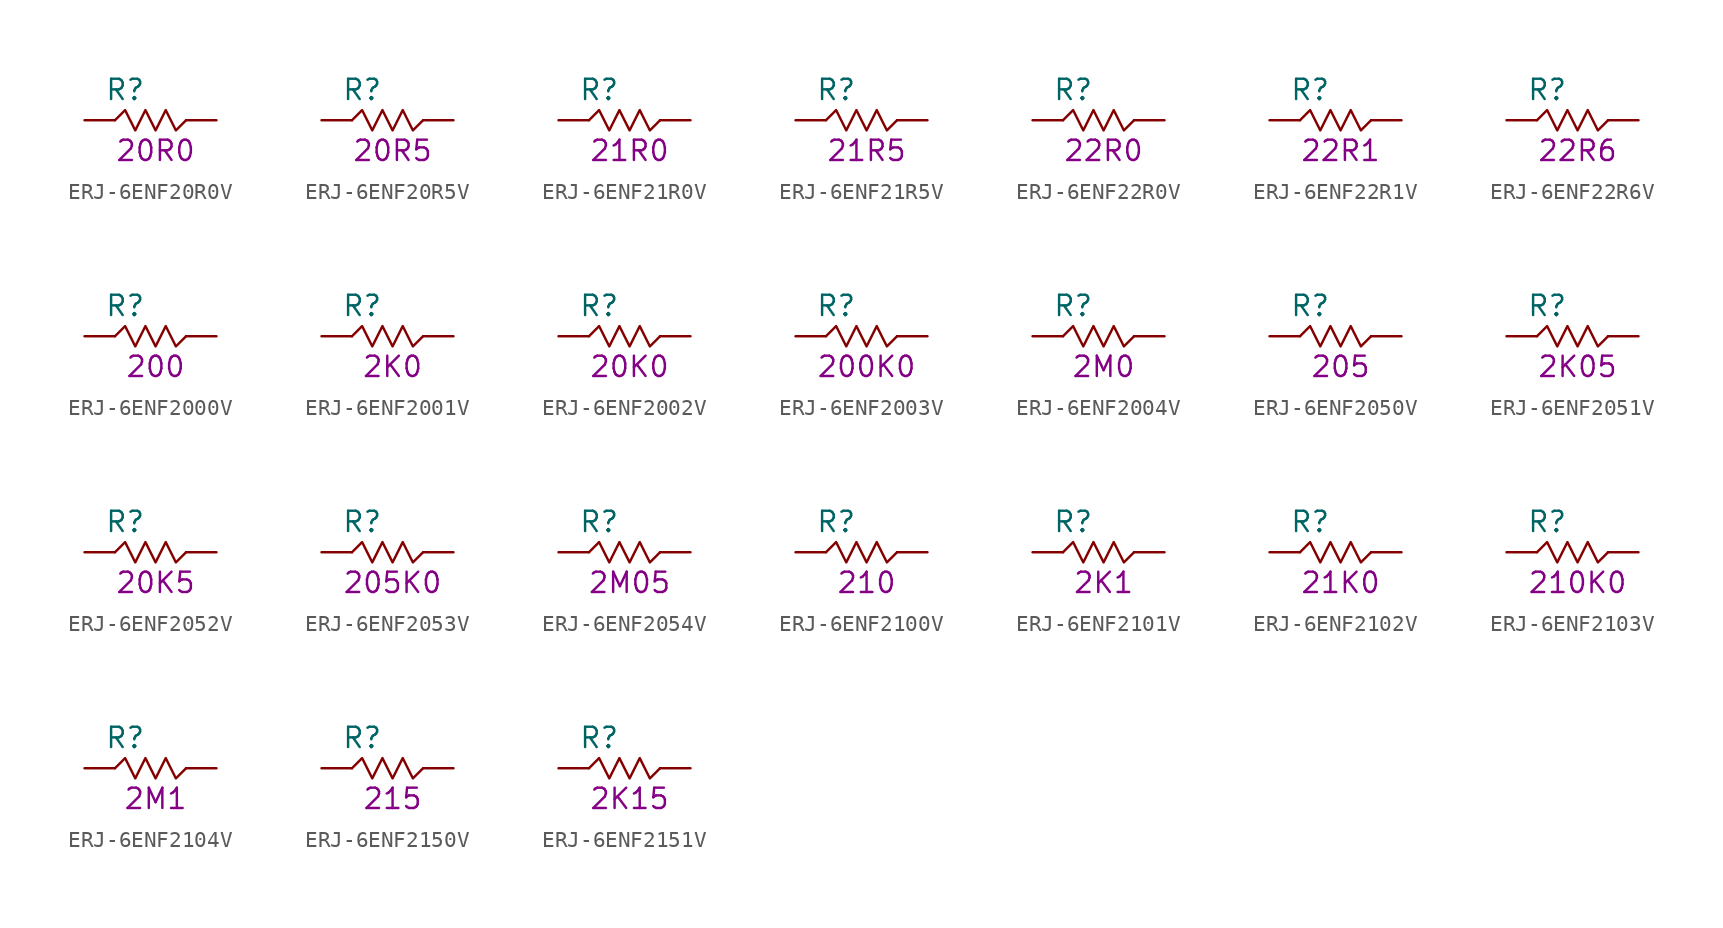
<source format=kicad_sym>
(kicad_symbol_lib
  (version 20211014)
  (generator KiCadLib_py)
  (symbol "ERJ-6ENF20R0V"
    (pin_numbers hide)
    (pin_names hide)
    (property "Reference" "R"
      (at -1.905 1.905 0)
      (effects (font (size 1.27 1.27))))
    (property "Val" "20R0"
      (at 0 -1.905 0)
      (effects (font (size 1.27 1.27))))
    (symbol "ERJ-6ENF20R0V_0_1"
      (polyline (pts (xy -2.54 0) (xy -1.905 0.635) (xy -1.27 -0.635) (xy -0.635 0.635) (xy 0 -0.635) (xy 0.635 0.635) (xy 1.27 -0.635) (xy 1.905 0)) (stroke (width 0) (type default) (color 0 0 0 0)) (fill (type none))))
    (symbol "ERJ-6ENF20R0V_1_1"
      (pin passive line (at -4.445 0 0) (length 1.905) (name "~" (effects (font (size 1.27 1.27)))) (number "1" (effects (font (size 1.27 1.27)))))
      (pin passive line (at 3.81 0 180) (length 1.905) (name "~" (effects (font (size 1.27 1.27)))) (number "2" (effects (font (size 1.27 1.27)))))))
  (symbol "ERJ-6ENF20R5V"
    (pin_numbers hide)
    (pin_names hide)
    (property "Reference" "R"
      (at -1.905 1.905 0)
      (effects (font (size 1.27 1.27))))
    (property "Val" "20R5"
      (at 0 -1.905 0)
      (effects (font (size 1.27 1.27))))
    (symbol "ERJ-6ENF20R5V_0_1"
      (polyline (pts (xy -2.54 0) (xy -1.905 0.635) (xy -1.27 -0.635) (xy -0.635 0.635) (xy 0 -0.635) (xy 0.635 0.635) (xy 1.27 -0.635) (xy 1.905 0)) (stroke (width 0) (type default) (color 0 0 0 0)) (fill (type none))))
    (symbol "ERJ-6ENF20R5V_1_1"
      (pin passive line (at -4.445 0 0) (length 1.905) (name "~" (effects (font (size 1.27 1.27)))) (number "1" (effects (font (size 1.27 1.27)))))
      (pin passive line (at 3.81 0 180) (length 1.905) (name "~" (effects (font (size 1.27 1.27)))) (number "2" (effects (font (size 1.27 1.27)))))))
  (symbol "ERJ-6ENF21R0V"
    (pin_numbers hide)
    (pin_names hide)
    (property "Reference" "R"
      (at -1.905 1.905 0)
      (effects (font (size 1.27 1.27))))
    (property "Val" "21R0"
      (at 0 -1.905 0)
      (effects (font (size 1.27 1.27))))
    (symbol "ERJ-6ENF21R0V_0_1"
      (polyline (pts (xy -2.54 0) (xy -1.905 0.635) (xy -1.27 -0.635) (xy -0.635 0.635) (xy 0 -0.635) (xy 0.635 0.635) (xy 1.27 -0.635) (xy 1.905 0)) (stroke (width 0) (type default) (color 0 0 0 0)) (fill (type none))))
    (symbol "ERJ-6ENF21R0V_1_1"
      (pin passive line (at -4.445 0 0) (length 1.905) (name "~" (effects (font (size 1.27 1.27)))) (number "1" (effects (font (size 1.27 1.27)))))
      (pin passive line (at 3.81 0 180) (length 1.905) (name "~" (effects (font (size 1.27 1.27)))) (number "2" (effects (font (size 1.27 1.27)))))))
  (symbol "ERJ-6ENF21R5V"
    (pin_numbers hide)
    (pin_names hide)
    (property "Reference" "R"
      (at -1.905 1.905 0)
      (effects (font (size 1.27 1.27))))
    (property "Val" "21R5"
      (at 0 -1.905 0)
      (effects (font (size 1.27 1.27))))
    (symbol "ERJ-6ENF21R5V_0_1"
      (polyline (pts (xy -2.54 0) (xy -1.905 0.635) (xy -1.27 -0.635) (xy -0.635 0.635) (xy 0 -0.635) (xy 0.635 0.635) (xy 1.27 -0.635) (xy 1.905 0)) (stroke (width 0) (type default) (color 0 0 0 0)) (fill (type none))))
    (symbol "ERJ-6ENF21R5V_1_1"
      (pin passive line (at -4.445 0 0) (length 1.905) (name "~" (effects (font (size 1.27 1.27)))) (number "1" (effects (font (size 1.27 1.27)))))
      (pin passive line (at 3.81 0 180) (length 1.905) (name "~" (effects (font (size 1.27 1.27)))) (number "2" (effects (font (size 1.27 1.27)))))))
  (symbol "ERJ-6ENF22R0V"
    (pin_numbers hide)
    (pin_names hide)
    (property "Reference" "R"
      (at -1.905 1.905 0)
      (effects (font (size 1.27 1.27))))
    (property "Val" "22R0"
      (at 0 -1.905 0)
      (effects (font (size 1.27 1.27))))
    (symbol "ERJ-6ENF22R0V_0_1"
      (polyline (pts (xy -2.54 0) (xy -1.905 0.635) (xy -1.27 -0.635) (xy -0.635 0.635) (xy 0 -0.635) (xy 0.635 0.635) (xy 1.27 -0.635) (xy 1.905 0)) (stroke (width 0) (type default) (color 0 0 0 0)) (fill (type none))))
    (symbol "ERJ-6ENF22R0V_1_1"
      (pin passive line (at -4.445 0 0) (length 1.905) (name "~" (effects (font (size 1.27 1.27)))) (number "1" (effects (font (size 1.27 1.27)))))
      (pin passive line (at 3.81 0 180) (length 1.905) (name "~" (effects (font (size 1.27 1.27)))) (number "2" (effects (font (size 1.27 1.27)))))))
  (symbol "ERJ-6ENF22R1V"
    (pin_numbers hide)
    (pin_names hide)
    (property "Reference" "R"
      (at -1.905 1.905 0)
      (effects (font (size 1.27 1.27))))
    (property "Val" "22R1"
      (at 0 -1.905 0)
      (effects (font (size 1.27 1.27))))
    (symbol "ERJ-6ENF22R1V_0_1"
      (polyline (pts (xy -2.54 0) (xy -1.905 0.635) (xy -1.27 -0.635) (xy -0.635 0.635) (xy 0 -0.635) (xy 0.635 0.635) (xy 1.27 -0.635) (xy 1.905 0)) (stroke (width 0) (type default) (color 0 0 0 0)) (fill (type none))))
    (symbol "ERJ-6ENF22R1V_1_1"
      (pin passive line (at -4.445 0 0) (length 1.905) (name "~" (effects (font (size 1.27 1.27)))) (number "1" (effects (font (size 1.27 1.27)))))
      (pin passive line (at 3.81 0 180) (length 1.905) (name "~" (effects (font (size 1.27 1.27)))) (number "2" (effects (font (size 1.27 1.27)))))))
  (symbol "ERJ-6ENF22R6V"
    (pin_numbers hide)
    (pin_names hide)
    (property "Reference" "R"
      (at -1.905 1.905 0)
      (effects (font (size 1.27 1.27))))
    (property "Val" "22R6"
      (at 0 -1.905 0)
      (effects (font (size 1.27 1.27))))
    (symbol "ERJ-6ENF22R6V_0_1"
      (polyline (pts (xy -2.54 0) (xy -1.905 0.635) (xy -1.27 -0.635) (xy -0.635 0.635) (xy 0 -0.635) (xy 0.635 0.635) (xy 1.27 -0.635) (xy 1.905 0)) (stroke (width 0) (type default) (color 0 0 0 0)) (fill (type none))))
    (symbol "ERJ-6ENF22R6V_1_1"
      (pin passive line (at -4.445 0 0) (length 1.905) (name "~" (effects (font (size 1.27 1.27)))) (number "1" (effects (font (size 1.27 1.27)))))
      (pin passive line (at 3.81 0 180) (length 1.905) (name "~" (effects (font (size 1.27 1.27)))) (number "2" (effects (font (size 1.27 1.27)))))))
  (symbol "ERJ-6ENF2000V"
    (pin_numbers hide)
    (pin_names hide)
    (property "Reference" "R"
      (at -1.905 1.905 0)
      (effects (font (size 1.27 1.27))))
    (property "Val" "200"
      (at 0 -1.905 0)
      (effects (font (size 1.27 1.27))))
    (symbol "ERJ-6ENF2000V_0_1"
      (polyline (pts (xy -2.54 0) (xy -1.905 0.635) (xy -1.27 -0.635) (xy -0.635 0.635) (xy 0 -0.635) (xy 0.635 0.635) (xy 1.27 -0.635) (xy 1.905 0)) (stroke (width 0) (type default) (color 0 0 0 0)) (fill (type none))))
    (symbol "ERJ-6ENF2000V_1_1"
      (pin passive line (at -4.445 0 0) (length 1.905) (name "~" (effects (font (size 1.27 1.27)))) (number "1" (effects (font (size 1.27 1.27)))))
      (pin passive line (at 3.81 0 180) (length 1.905) (name "~" (effects (font (size 1.27 1.27)))) (number "2" (effects (font (size 1.27 1.27)))))))
  (symbol "ERJ-6ENF2001V"
    (pin_numbers hide)
    (pin_names hide)
    (property "Reference" "R"
      (at -1.905 1.905 0)
      (effects (font (size 1.27 1.27))))
    (property "Val" "2K0"
      (at 0 -1.905 0)
      (effects (font (size 1.27 1.27))))
    (symbol "ERJ-6ENF2001V_0_1"
      (polyline (pts (xy -2.54 0) (xy -1.905 0.635) (xy -1.27 -0.635) (xy -0.635 0.635) (xy 0 -0.635) (xy 0.635 0.635) (xy 1.27 -0.635) (xy 1.905 0)) (stroke (width 0) (type default) (color 0 0 0 0)) (fill (type none))))
    (symbol "ERJ-6ENF2001V_1_1"
      (pin passive line (at -4.445 0 0) (length 1.905) (name "~" (effects (font (size 1.27 1.27)))) (number "1" (effects (font (size 1.27 1.27)))))
      (pin passive line (at 3.81 0 180) (length 1.905) (name "~" (effects (font (size 1.27 1.27)))) (number "2" (effects (font (size 1.27 1.27)))))))
  (symbol "ERJ-6ENF2002V"
    (pin_numbers hide)
    (pin_names hide)
    (property "Reference" "R"
      (at -1.905 1.905 0)
      (effects (font (size 1.27 1.27))))
    (property "Val" "20K0"
      (at 0 -1.905 0)
      (effects (font (size 1.27 1.27))))
    (symbol "ERJ-6ENF2002V_0_1"
      (polyline (pts (xy -2.54 0) (xy -1.905 0.635) (xy -1.27 -0.635) (xy -0.635 0.635) (xy 0 -0.635) (xy 0.635 0.635) (xy 1.27 -0.635) (xy 1.905 0)) (stroke (width 0) (type default) (color 0 0 0 0)) (fill (type none))))
    (symbol "ERJ-6ENF2002V_1_1"
      (pin passive line (at -4.445 0 0) (length 1.905) (name "~" (effects (font (size 1.27 1.27)))) (number "1" (effects (font (size 1.27 1.27)))))
      (pin passive line (at 3.81 0 180) (length 1.905) (name "~" (effects (font (size 1.27 1.27)))) (number "2" (effects (font (size 1.27 1.27)))))))
  (symbol "ERJ-6ENF2003V"
    (pin_numbers hide)
    (pin_names hide)
    (property "Reference" "R"
      (at -1.905 1.905 0)
      (effects (font (size 1.27 1.27))))
    (property "Val" "200K0"
      (at 0 -1.905 0)
      (effects (font (size 1.27 1.27))))
    (symbol "ERJ-6ENF2003V_0_1"
      (polyline (pts (xy -2.54 0) (xy -1.905 0.635) (xy -1.27 -0.635) (xy -0.635 0.635) (xy 0 -0.635) (xy 0.635 0.635) (xy 1.27 -0.635) (xy 1.905 0)) (stroke (width 0) (type default) (color 0 0 0 0)) (fill (type none))))
    (symbol "ERJ-6ENF2003V_1_1"
      (pin passive line (at -4.445 0 0) (length 1.905) (name "~" (effects (font (size 1.27 1.27)))) (number "1" (effects (font (size 1.27 1.27)))))
      (pin passive line (at 3.81 0 180) (length 1.905) (name "~" (effects (font (size 1.27 1.27)))) (number "2" (effects (font (size 1.27 1.27)))))))
  (symbol "ERJ-6ENF2004V"
    (pin_numbers hide)
    (pin_names hide)
    (property "Reference" "R"
      (at -1.905 1.905 0)
      (effects (font (size 1.27 1.27))))
    (property "Val" "2M0"
      (at 0 -1.905 0)
      (effects (font (size 1.27 1.27))))
    (symbol "ERJ-6ENF2004V_0_1"
      (polyline (pts (xy -2.54 0) (xy -1.905 0.635) (xy -1.27 -0.635) (xy -0.635 0.635) (xy 0 -0.635) (xy 0.635 0.635) (xy 1.27 -0.635) (xy 1.905 0)) (stroke (width 0) (type default) (color 0 0 0 0)) (fill (type none))))
    (symbol "ERJ-6ENF2004V_1_1"
      (pin passive line (at -4.445 0 0) (length 1.905) (name "~" (effects (font (size 1.27 1.27)))) (number "1" (effects (font (size 1.27 1.27)))))
      (pin passive line (at 3.81 0 180) (length 1.905) (name "~" (effects (font (size 1.27 1.27)))) (number "2" (effects (font (size 1.27 1.27)))))))
  (symbol "ERJ-6ENF2050V"
    (pin_numbers hide)
    (pin_names hide)
    (property "Reference" "R"
      (at -1.905 1.905 0)
      (effects (font (size 1.27 1.27))))
    (property "Val" "205"
      (at 0 -1.905 0)
      (effects (font (size 1.27 1.27))))
    (symbol "ERJ-6ENF2050V_0_1"
      (polyline (pts (xy -2.54 0) (xy -1.905 0.635) (xy -1.27 -0.635) (xy -0.635 0.635) (xy 0 -0.635) (xy 0.635 0.635) (xy 1.27 -0.635) (xy 1.905 0)) (stroke (width 0) (type default) (color 0 0 0 0)) (fill (type none))))
    (symbol "ERJ-6ENF2050V_1_1"
      (pin passive line (at -4.445 0 0) (length 1.905) (name "~" (effects (font (size 1.27 1.27)))) (number "1" (effects (font (size 1.27 1.27)))))
      (pin passive line (at 3.81 0 180) (length 1.905) (name "~" (effects (font (size 1.27 1.27)))) (number "2" (effects (font (size 1.27 1.27)))))))
  (symbol "ERJ-6ENF2051V"
    (pin_numbers hide)
    (pin_names hide)
    (property "Reference" "R"
      (at -1.905 1.905 0)
      (effects (font (size 1.27 1.27))))
    (property "Val" "2K05"
      (at 0 -1.905 0)
      (effects (font (size 1.27 1.27))))
    (symbol "ERJ-6ENF2051V_0_1"
      (polyline (pts (xy -2.54 0) (xy -1.905 0.635) (xy -1.27 -0.635) (xy -0.635 0.635) (xy 0 -0.635) (xy 0.635 0.635) (xy 1.27 -0.635) (xy 1.905 0)) (stroke (width 0) (type default) (color 0 0 0 0)) (fill (type none))))
    (symbol "ERJ-6ENF2051V_1_1"
      (pin passive line (at -4.445 0 0) (length 1.905) (name "~" (effects (font (size 1.27 1.27)))) (number "1" (effects (font (size 1.27 1.27)))))
      (pin passive line (at 3.81 0 180) (length 1.905) (name "~" (effects (font (size 1.27 1.27)))) (number "2" (effects (font (size 1.27 1.27)))))))
  (symbol "ERJ-6ENF2052V"
    (pin_numbers hide)
    (pin_names hide)
    (property "Reference" "R"
      (at -1.905 1.905 0)
      (effects (font (size 1.27 1.27))))
    (property "Val" "20K5"
      (at 0 -1.905 0)
      (effects (font (size 1.27 1.27))))
    (symbol "ERJ-6ENF2052V_0_1"
      (polyline (pts (xy -2.54 0) (xy -1.905 0.635) (xy -1.27 -0.635) (xy -0.635 0.635) (xy 0 -0.635) (xy 0.635 0.635) (xy 1.27 -0.635) (xy 1.905 0)) (stroke (width 0) (type default) (color 0 0 0 0)) (fill (type none))))
    (symbol "ERJ-6ENF2052V_1_1"
      (pin passive line (at -4.445 0 0) (length 1.905) (name "~" (effects (font (size 1.27 1.27)))) (number "1" (effects (font (size 1.27 1.27)))))
      (pin passive line (at 3.81 0 180) (length 1.905) (name "~" (effects (font (size 1.27 1.27)))) (number "2" (effects (font (size 1.27 1.27)))))))
  (symbol "ERJ-6ENF2053V"
    (pin_numbers hide)
    (pin_names hide)
    (property "Reference" "R"
      (at -1.905 1.905 0)
      (effects (font (size 1.27 1.27))))
    (property "Val" "205K0"
      (at 0 -1.905 0)
      (effects (font (size 1.27 1.27))))
    (symbol "ERJ-6ENF2053V_0_1"
      (polyline (pts (xy -2.54 0) (xy -1.905 0.635) (xy -1.27 -0.635) (xy -0.635 0.635) (xy 0 -0.635) (xy 0.635 0.635) (xy 1.27 -0.635) (xy 1.905 0)) (stroke (width 0) (type default) (color 0 0 0 0)) (fill (type none))))
    (symbol "ERJ-6ENF2053V_1_1"
      (pin passive line (at -4.445 0 0) (length 1.905) (name "~" (effects (font (size 1.27 1.27)))) (number "1" (effects (font (size 1.27 1.27)))))
      (pin passive line (at 3.81 0 180) (length 1.905) (name "~" (effects (font (size 1.27 1.27)))) (number "2" (effects (font (size 1.27 1.27)))))))
  (symbol "ERJ-6ENF2054V"
    (pin_numbers hide)
    (pin_names hide)
    (property "Reference" "R"
      (at -1.905 1.905 0)
      (effects (font (size 1.27 1.27))))
    (property "Val" "2M05"
      (at 0 -1.905 0)
      (effects (font (size 1.27 1.27))))
    (symbol "ERJ-6ENF2054V_0_1"
      (polyline (pts (xy -2.54 0) (xy -1.905 0.635) (xy -1.27 -0.635) (xy -0.635 0.635) (xy 0 -0.635) (xy 0.635 0.635) (xy 1.27 -0.635) (xy 1.905 0)) (stroke (width 0) (type default) (color 0 0 0 0)) (fill (type none))))
    (symbol "ERJ-6ENF2054V_1_1"
      (pin passive line (at -4.445 0 0) (length 1.905) (name "~" (effects (font (size 1.27 1.27)))) (number "1" (effects (font (size 1.27 1.27)))))
      (pin passive line (at 3.81 0 180) (length 1.905) (name "~" (effects (font (size 1.27 1.27)))) (number "2" (effects (font (size 1.27 1.27)))))))
  (symbol "ERJ-6ENF2100V"
    (pin_numbers hide)
    (pin_names hide)
    (property "Reference" "R"
      (at -1.905 1.905 0)
      (effects (font (size 1.27 1.27))))
    (property "Val" "210"
      (at 0 -1.905 0)
      (effects (font (size 1.27 1.27))))
    (symbol "ERJ-6ENF2100V_0_1"
      (polyline (pts (xy -2.54 0) (xy -1.905 0.635) (xy -1.27 -0.635) (xy -0.635 0.635) (xy 0 -0.635) (xy 0.635 0.635) (xy 1.27 -0.635) (xy 1.905 0)) (stroke (width 0) (type default) (color 0 0 0 0)) (fill (type none))))
    (symbol "ERJ-6ENF2100V_1_1"
      (pin passive line (at -4.445 0 0) (length 1.905) (name "~" (effects (font (size 1.27 1.27)))) (number "1" (effects (font (size 1.27 1.27)))))
      (pin passive line (at 3.81 0 180) (length 1.905) (name "~" (effects (font (size 1.27 1.27)))) (number "2" (effects (font (size 1.27 1.27)))))))
  (symbol "ERJ-6ENF2101V"
    (pin_numbers hide)
    (pin_names hide)
    (property "Reference" "R"
      (at -1.905 1.905 0)
      (effects (font (size 1.27 1.27))))
    (property "Val" "2K1"
      (at 0 -1.905 0)
      (effects (font (size 1.27 1.27))))
    (symbol "ERJ-6ENF2101V_0_1"
      (polyline (pts (xy -2.54 0) (xy -1.905 0.635) (xy -1.27 -0.635) (xy -0.635 0.635) (xy 0 -0.635) (xy 0.635 0.635) (xy 1.27 -0.635) (xy 1.905 0)) (stroke (width 0) (type default) (color 0 0 0 0)) (fill (type none))))
    (symbol "ERJ-6ENF2101V_1_1"
      (pin passive line (at -4.445 0 0) (length 1.905) (name "~" (effects (font (size 1.27 1.27)))) (number "1" (effects (font (size 1.27 1.27)))))
      (pin passive line (at 3.81 0 180) (length 1.905) (name "~" (effects (font (size 1.27 1.27)))) (number "2" (effects (font (size 1.27 1.27)))))))
  (symbol "ERJ-6ENF2102V"
    (pin_numbers hide)
    (pin_names hide)
    (property "Reference" "R"
      (at -1.905 1.905 0)
      (effects (font (size 1.27 1.27))))
    (property "Val" "21K0"
      (at 0 -1.905 0)
      (effects (font (size 1.27 1.27))))
    (symbol "ERJ-6ENF2102V_0_1"
      (polyline (pts (xy -2.54 0) (xy -1.905 0.635) (xy -1.27 -0.635) (xy -0.635 0.635) (xy 0 -0.635) (xy 0.635 0.635) (xy 1.27 -0.635) (xy 1.905 0)) (stroke (width 0) (type default) (color 0 0 0 0)) (fill (type none))))
    (symbol "ERJ-6ENF2102V_1_1"
      (pin passive line (at -4.445 0 0) (length 1.905) (name "~" (effects (font (size 1.27 1.27)))) (number "1" (effects (font (size 1.27 1.27)))))
      (pin passive line (at 3.81 0 180) (length 1.905) (name "~" (effects (font (size 1.27 1.27)))) (number "2" (effects (font (size 1.27 1.27)))))))
  (symbol "ERJ-6ENF2103V"
    (pin_numbers hide)
    (pin_names hide)
    (property "Reference" "R"
      (at -1.905 1.905 0)
      (effects (font (size 1.27 1.27))))
    (property "Val" "210K0"
      (at 0 -1.905 0)
      (effects (font (size 1.27 1.27))))
    (symbol "ERJ-6ENF2103V_0_1"
      (polyline (pts (xy -2.54 0) (xy -1.905 0.635) (xy -1.27 -0.635) (xy -0.635 0.635) (xy 0 -0.635) (xy 0.635 0.635) (xy 1.27 -0.635) (xy 1.905 0)) (stroke (width 0) (type default) (color 0 0 0 0)) (fill (type none))))
    (symbol "ERJ-6ENF2103V_1_1"
      (pin passive line (at -4.445 0 0) (length 1.905) (name "~" (effects (font (size 1.27 1.27)))) (number "1" (effects (font (size 1.27 1.27)))))
      (pin passive line (at 3.81 0 180) (length 1.905) (name "~" (effects (font (size 1.27 1.27)))) (number "2" (effects (font (size 1.27 1.27)))))))
  (symbol "ERJ-6ENF2104V"
    (pin_numbers hide)
    (pin_names hide)
    (property "Reference" "R"
      (at -1.905 1.905 0)
      (effects (font (size 1.27 1.27))))
    (property "Val" "2M1"
      (at 0 -1.905 0)
      (effects (font (size 1.27 1.27))))
    (symbol "ERJ-6ENF2104V_0_1"
      (polyline (pts (xy -2.54 0) (xy -1.905 0.635) (xy -1.27 -0.635) (xy -0.635 0.635) (xy 0 -0.635) (xy 0.635 0.635) (xy 1.27 -0.635) (xy 1.905 0)) (stroke (width 0) (type default) (color 0 0 0 0)) (fill (type none))))
    (symbol "ERJ-6ENF2104V_1_1"
      (pin passive line (at -4.445 0 0) (length 1.905) (name "~" (effects (font (size 1.27 1.27)))) (number "1" (effects (font (size 1.27 1.27)))))
      (pin passive line (at 3.81 0 180) (length 1.905) (name "~" (effects (font (size 1.27 1.27)))) (number "2" (effects (font (size 1.27 1.27)))))))
  (symbol "ERJ-6ENF2150V"
    (pin_numbers hide)
    (pin_names hide)
    (property "Reference" "R"
      (at -1.905 1.905 0)
      (effects (font (size 1.27 1.27))))
    (property "Val" "215"
      (at 0 -1.905 0)
      (effects (font (size 1.27 1.27))))
    (symbol "ERJ-6ENF2150V_0_1"
      (polyline (pts (xy -2.54 0) (xy -1.905 0.635) (xy -1.27 -0.635) (xy -0.635 0.635) (xy 0 -0.635) (xy 0.635 0.635) (xy 1.27 -0.635) (xy 1.905 0)) (stroke (width 0) (type default) (color 0 0 0 0)) (fill (type none))))
    (symbol "ERJ-6ENF2150V_1_1"
      (pin passive line (at -4.445 0 0) (length 1.905) (name "~" (effects (font (size 1.27 1.27)))) (number "1" (effects (font (size 1.27 1.27)))))
      (pin passive line (at 3.81 0 180) (length 1.905) (name "~" (effects (font (size 1.27 1.27)))) (number "2" (effects (font (size 1.27 1.27)))))))
  (symbol "ERJ-6ENF2151V"
    (pin_numbers hide)
    (pin_names hide)
    (property "Reference" "R"
      (at -1.905 1.905 0)
      (effects (font (size 1.27 1.27))))
    (property "Val" "2K15"
      (at 0 -1.905 0)
      (effects (font (size 1.27 1.27))))
    (symbol "ERJ-6ENF2151V_0_1"
      (polyline (pts (xy -2.54 0) (xy -1.905 0.635) (xy -1.27 -0.635) (xy -0.635 0.635) (xy 0 -0.635) (xy 0.635 0.635) (xy 1.27 -0.635) (xy 1.905 0)) (stroke (width 0) (type default) (color 0 0 0 0)) (fill (type none))))
    (symbol "ERJ-6ENF2151V_1_1"
      (pin passive line (at -4.445 0 0) (length 1.905) (name "~" (effects (font (size 1.27 1.27)))) (number "1" (effects (font (size 1.27 1.27)))))
      (pin passive line (at 3.81 0 180) (length 1.905) (name "~" (effects (font (size 1.27 1.27)))) (number "2" (effects (font (size 1.27 1.27))))))))
</source>
